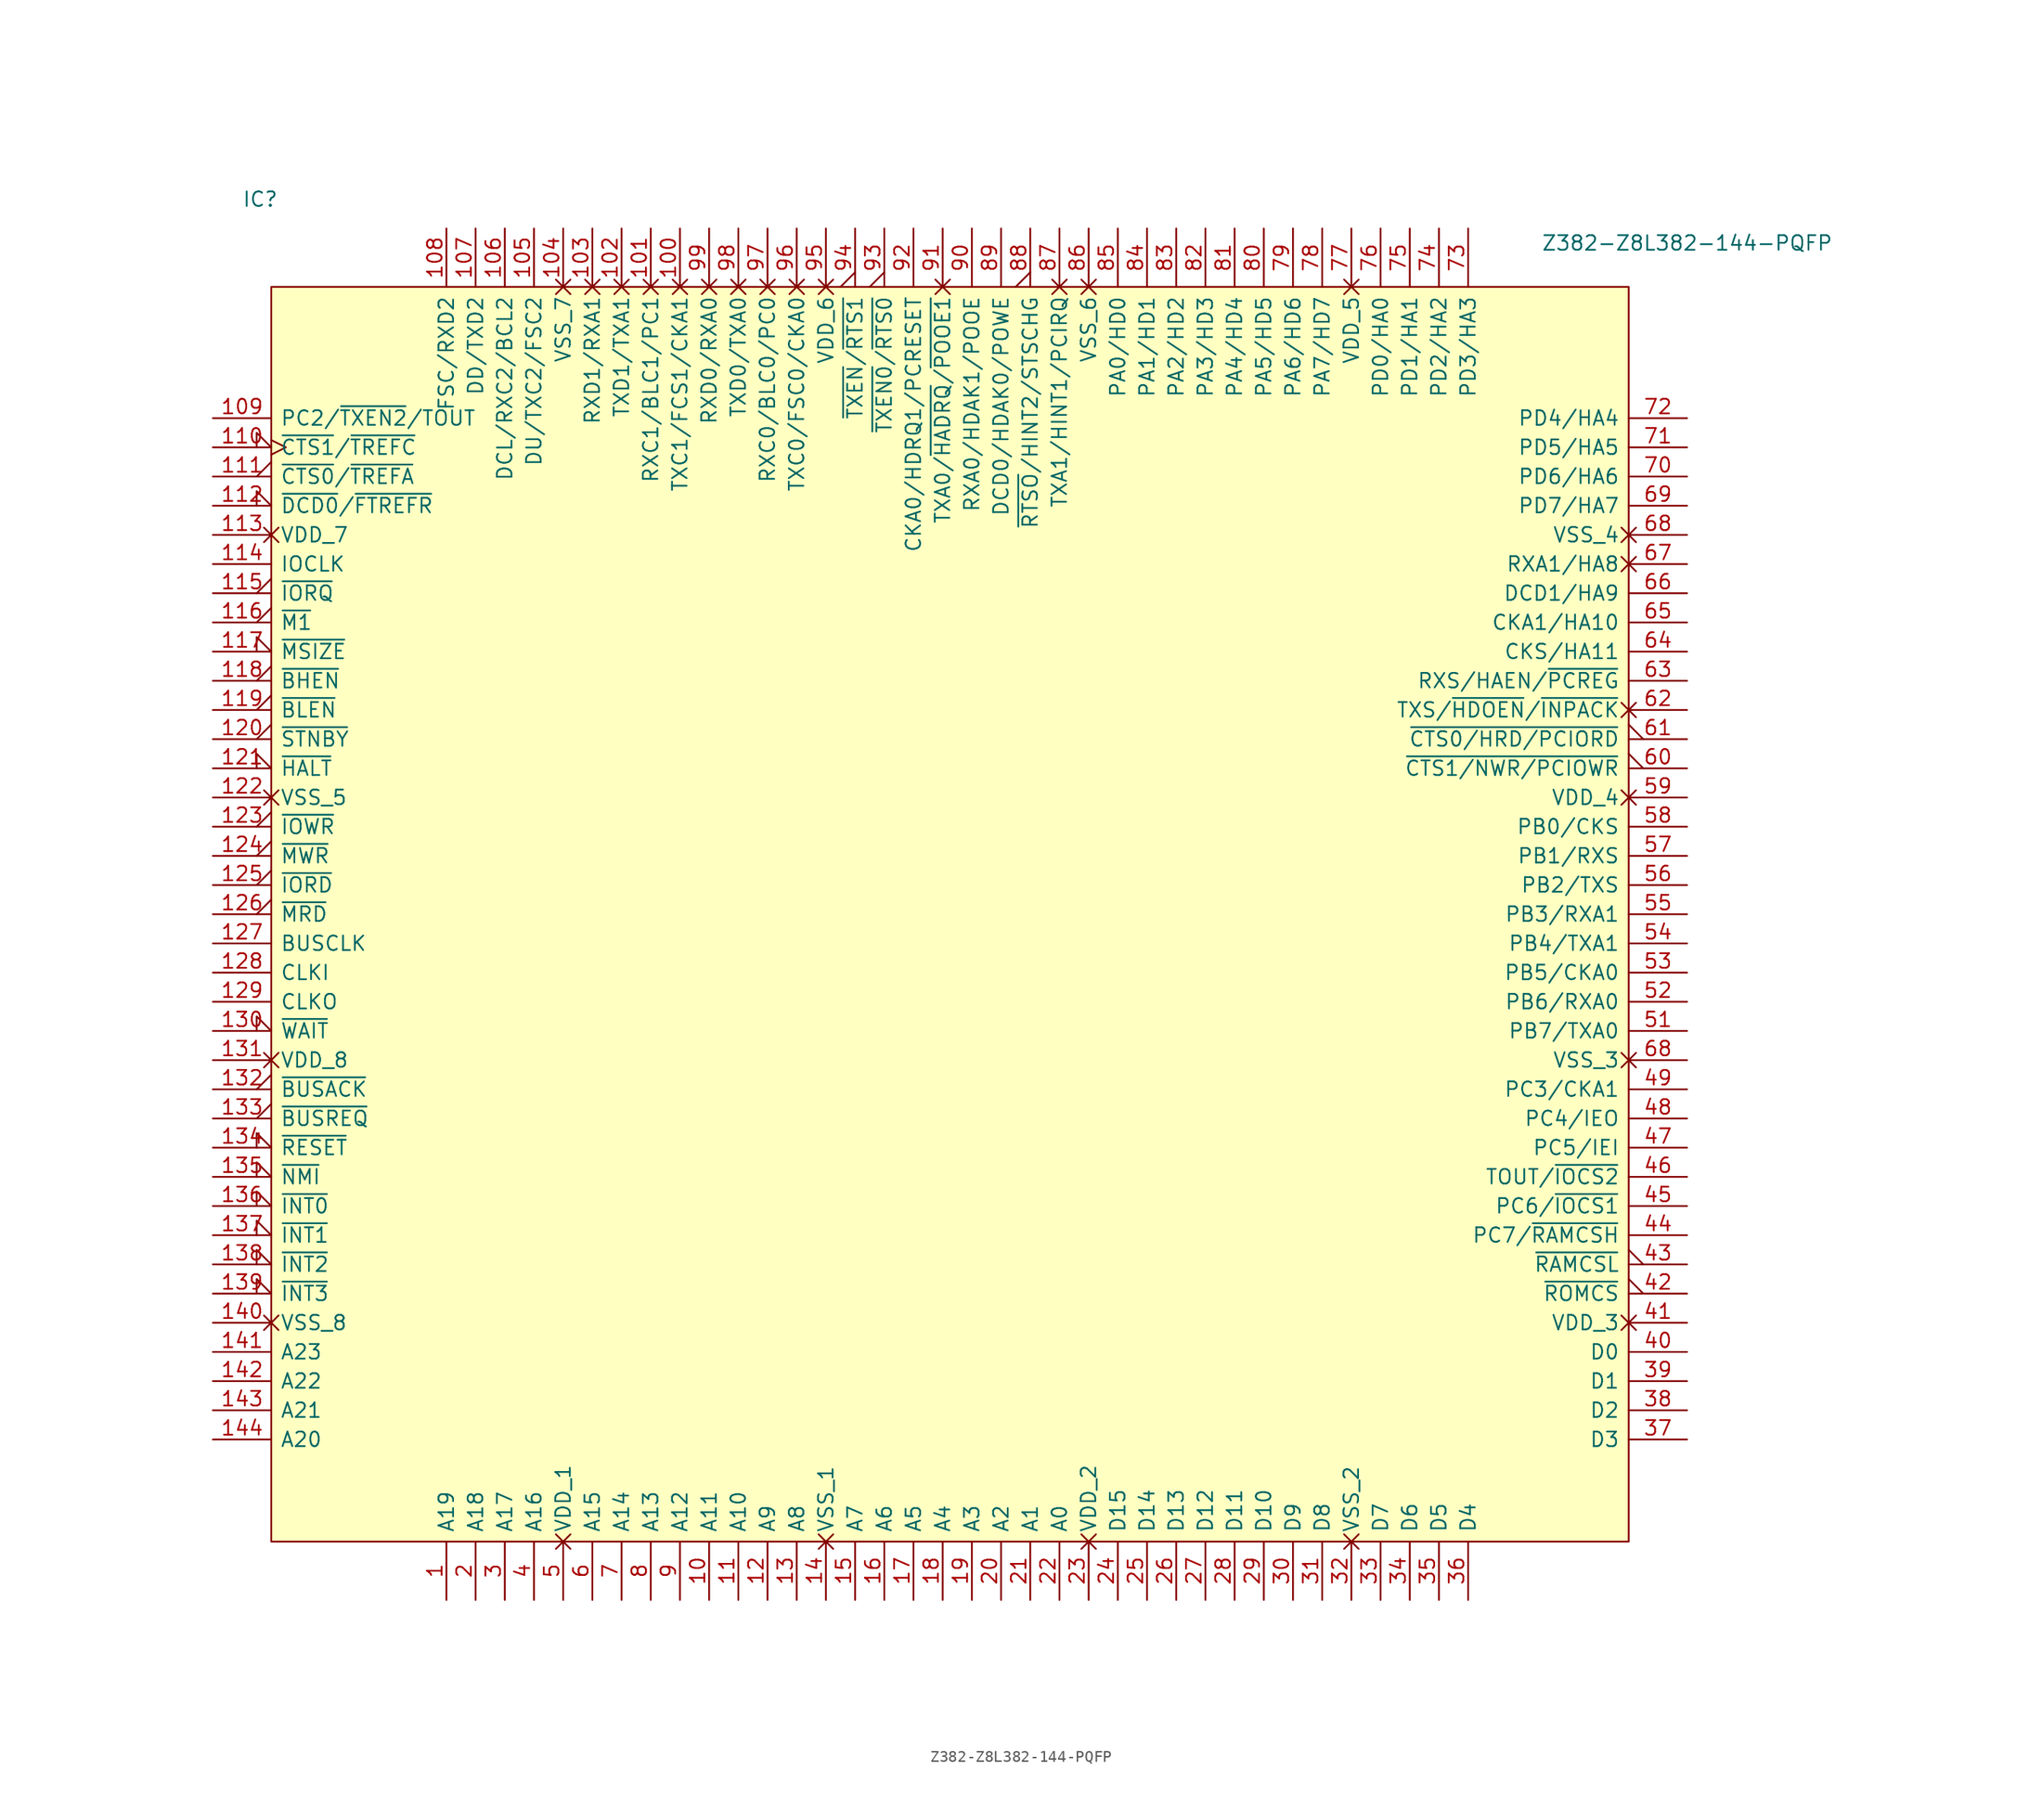
<source format=kicad_sym>
(kicad_symbol_lib
  (version 20211014)
  (generator kicad_symbol_editor)
  (symbol "Z382-Z8L382-144-PQFP"
    (pin_names
      (offset 0.762))
    (property "Reference" "IC"
      (at -2.54 7.62 0)
      (effects (font (size 1.27 1.27)) (justify left)))
    (property "Value" "Z382-Z8L382-144-PQFP"
      (at 110.49 3.81 0)
      (effects (font (size 1.27 1.27)) (justify left)))
    (symbol "Z382-Z8L382-144-PQFP_0_0"
      (pin output line (at 15.24 -114.3 90) (length 5.08) (name "A19" (effects (font (size 1.27 1.27)))) (number "1" (effects (font (size 1.27 1.27)))))
      (pin output line (at 38.1 -114.3 90) (length 5.08) (name "A11" (effects (font (size 1.27 1.27)))) (number "10" (effects (font (size 1.27 1.27)))))
      (pin bidirectional non_logic (at 35.56 5.08 270) (length 5.08) (name "TXC1/FCS1/CKA1" (effects (font (size 1.27 1.27)))) (number "100" (effects (font (size 1.27 1.27)))))
      (pin input non_logic (at 33.02 5.08 270) (length 5.08) (name "RXC1/BLC1/PC1" (effects (font (size 1.27 1.27)))) (number "101" (effects (font (size 1.27 1.27)))))
      (pin bidirectional non_logic (at 30.48 5.08 270) (length 5.08) (name "TXD1/TXA1" (effects (font (size 1.27 1.27)))) (number "102" (effects (font (size 1.27 1.27)))))
      (pin input non_logic (at 27.94 5.08 270) (length 5.08) (name "RXD1/RXA1" (effects (font (size 1.27 1.27)))) (number "103" (effects (font (size 1.27 1.27)))))
      (pin power_in non_logic (at 25.4 5.08 270) (length 5.08) (name "VSS_7" (effects (font (size 1.27 1.27)))) (number "104" (effects (font (size 1.27 1.27)))))
      (pin bidirectional line (at 22.86 5.08 270) (length 5.08) (name "DU/TXC2/FSC2" (effects (font (size 1.27 1.27)))) (number "105" (effects (font (size 1.27 1.27)))))
      (pin bidirectional line (at 20.32 5.08 270) (length 5.08) (name "DCL/RXC2/BCL2" (effects (font (size 1.27 1.27)))) (number "106" (effects (font (size 1.27 1.27)))))
      (pin output line (at 17.78 5.08 270) (length 5.08) (name "DD/TXD2" (effects (font (size 1.27 1.27)))) (number "107" (effects (font (size 1.27 1.27)))))
      (pin bidirectional line (at 15.24 5.08 270) (length 5.08) (name "FSC/RXD2" (effects (font (size 1.27 1.27)))) (number "108" (effects (font (size 1.27 1.27)))))
      (pin output line (at -5.08 -11.43 0) (length 5.08) (name "PC2/~{TXEN2}/TOUT" (effects (font (size 1.27 1.27)))) (number "109" (effects (font (size 1.27 1.27)))))
      (pin output line (at 40.64 -114.3 90) (length 5.08) (name "A10" (effects (font (size 1.27 1.27)))) (number "11" (effects (font (size 1.27 1.27)))))
      (pin tri_state clock_low (at -5.08 -13.97 0) (length 5.08) (name "~{CTS1}/~{TREFC}" (effects (font (size 1.27 1.27)))) (number "110" (effects (font (size 1.27 1.27)))))
      (pin tri_state output_low (at -5.08 -16.51 0) (length 5.08) (name "~{CTS0}/~{TREFA}" (effects (font (size 1.27 1.27)))) (number "111" (effects (font (size 1.27 1.27)))))
      (pin input input_low (at -5.08 -19.05 0) (length 5.08) (name "~{DCD0}/~{FTREFR}" (effects (font (size 1.27 1.27)))) (number "112" (effects (font (size 1.27 1.27)))))
      (pin power_in non_logic (at -5.08 -21.59 0) (length 5.08) (name "VDD_7" (effects (font (size 1.27 1.27)))) (number "113" (effects (font (size 1.27 1.27)))))
      (pin output line (at -5.08 -24.13 0) (length 5.08) (name "IOCLK" (effects (font (size 1.27 1.27)))) (number "114" (effects (font (size 1.27 1.27)))))
      (pin output output_low (at -5.08 -26.67 0) (length 5.08) (name "~{IORQ}" (effects (font (size 1.27 1.27)))) (number "115" (effects (font (size 1.27 1.27)))))
      (pin output output_low (at -5.08 -29.21 0) (length 5.08) (name "~{M1}" (effects (font (size 1.27 1.27)))) (number "116" (effects (font (size 1.27 1.27)))))
      (pin input input_low (at -5.08 -31.75 0) (length 5.08) (name "~{MSIZE}" (effects (font (size 1.27 1.27)))) (number "117" (effects (font (size 1.27 1.27)))))
      (pin output output_low (at -5.08 -34.29 0) (length 5.08) (name "~{BHEN}" (effects (font (size 1.27 1.27)))) (number "118" (effects (font (size 1.27 1.27)))))
      (pin output output_low (at -5.08 -36.83 0) (length 5.08) (name "~{BLEN}" (effects (font (size 1.27 1.27)))) (number "119" (effects (font (size 1.27 1.27)))))
      (pin output line (at 43.18 -114.3 90) (length 5.08) (name "A9" (effects (font (size 1.27 1.27)))) (number "12" (effects (font (size 1.27 1.27)))))
      (pin output output_low (at -5.08 -39.37 0) (length 5.08) (name "~{STNBY}" (effects (font (size 1.27 1.27)))) (number "120" (effects (font (size 1.27 1.27)))))
      (pin output input_low (at -5.08 -41.91 0) (length 5.08) (name "~{HALT}" (effects (font (size 1.27 1.27)))) (number "121" (effects (font (size 1.27 1.27)))))
      (pin power_in non_logic (at -5.08 -44.45 0) (length 5.08) (name "VSS_5" (effects (font (size 1.27 1.27)))) (number "122" (effects (font (size 1.27 1.27)))))
      (pin output output_low (at -5.08 -46.99 0) (length 5.08) (name "~{IOWR}" (effects (font (size 1.27 1.27)))) (number "123" (effects (font (size 1.27 1.27)))))
      (pin output output_low (at -5.08 -49.53 0) (length 5.08) (name "~{MWR}" (effects (font (size 1.27 1.27)))) (number "124" (effects (font (size 1.27 1.27)))))
      (pin output output_low (at -5.08 -52.07 0) (length 5.08) (name "~{IORD}" (effects (font (size 1.27 1.27)))) (number "125" (effects (font (size 1.27 1.27)))))
      (pin output output_low (at -5.08 -54.61 0) (length 5.08) (name "~{MRD}" (effects (font (size 1.27 1.27)))) (number "126" (effects (font (size 1.27 1.27)))))
      (pin output line (at -5.08 -57.15 0) (length 5.08) (name "BUSCLK" (effects (font (size 1.27 1.27)))) (number "127" (effects (font (size 1.27 1.27)))))
      (pin input line (at -5.08 -59.69 0) (length 5.08) (name "CLKI" (effects (font (size 1.27 1.27)))) (number "128" (effects (font (size 1.27 1.27)))))
      (pin output line (at -5.08 -62.23 0) (length 5.08) (name "CLKO" (effects (font (size 1.27 1.27)))) (number "129" (effects (font (size 1.27 1.27)))))
      (pin output line (at 45.72 -114.3 90) (length 5.08) (name "A8" (effects (font (size 1.27 1.27)))) (number "13" (effects (font (size 1.27 1.27)))))
      (pin input input_low (at -5.08 -64.77 0) (length 5.08) (name "~{WAIT}" (effects (font (size 1.27 1.27)))) (number "130" (effects (font (size 1.27 1.27)))))
      (pin power_in non_logic (at -5.08 -67.31 0) (length 5.08) (name "VDD_8" (effects (font (size 1.27 1.27)))) (number "131" (effects (font (size 1.27 1.27)))))
      (pin output output_low (at -5.08 -69.85 0) (length 5.08) (name "~{BUSACK}" (effects (font (size 1.27 1.27)))) (number "132" (effects (font (size 1.27 1.27)))))
      (pin input output_low (at -5.08 -72.39 0) (length 5.08) (name "~{BUSREQ}" (effects (font (size 1.27 1.27)))) (number "133" (effects (font (size 1.27 1.27)))))
      (pin input input_low (at -5.08 -74.93 0) (length 5.08) (name "~{RESET}" (effects (font (size 1.27 1.27)))) (number "134" (effects (font (size 1.27 1.27)))))
      (pin input input_low (at -5.08 -77.47 0) (length 5.08) (name "~{NMI}" (effects (font (size 1.27 1.27)))) (number "135" (effects (font (size 1.27 1.27)))))
      (pin input input_low (at -5.08 -80.01 0) (length 5.08) (name "~{INT0}" (effects (font (size 1.27 1.27)))) (number "136" (effects (font (size 1.27 1.27)))))
      (pin input input_low (at -5.08 -82.55 0) (length 5.08) (name "~{INT1}" (effects (font (size 1.27 1.27)))) (number "137" (effects (font (size 1.27 1.27)))))
      (pin input input_low (at -5.08 -85.09 0) (length 5.08) (name "~{INT2}" (effects (font (size 1.27 1.27)))) (number "138" (effects (font (size 1.27 1.27)))))
      (pin input input_low (at -5.08 -87.63 0) (length 5.08) (name "~{INT3}" (effects (font (size 1.27 1.27)))) (number "139" (effects (font (size 1.27 1.27)))))
      (pin power_in non_logic (at 48.26 -114.3 90) (length 5.08) (name "VSS_1" (effects (font (size 1.27 1.27)))) (number "14" (effects (font (size 1.27 1.27)))))
      (pin power_in non_logic (at -5.08 -90.17 0) (length 5.08) (name "VSS_8" (effects (font (size 1.27 1.27)))) (number "140" (effects (font (size 1.27 1.27)))))
      (pin output line (at -5.08 -92.71 0) (length 5.08) (name "A23" (effects (font (size 1.27 1.27)))) (number "141" (effects (font (size 1.27 1.27)))))
      (pin output line (at -5.08 -95.25 0) (length 5.08) (name "A22" (effects (font (size 1.27 1.27)))) (number "142" (effects (font (size 1.27 1.27)))))
      (pin output line (at -5.08 -97.79 0) (length 5.08) (name "A21" (effects (font (size 1.27 1.27)))) (number "143" (effects (font (size 1.27 1.27)))))
      (pin output line (at -5.08 -100.33 0) (length 5.08) (name "A20" (effects (font (size 1.27 1.27)))) (number "144" (effects (font (size 1.27 1.27)))))
      (pin output line (at 50.8 -114.3 90) (length 5.08) (name "A7" (effects (font (size 1.27 1.27)))) (number "15" (effects (font (size 1.27 1.27)))))
      (pin output line (at 53.34 -114.3 90) (length 5.08) (name "A6" (effects (font (size 1.27 1.27)))) (number "16" (effects (font (size 1.27 1.27)))))
      (pin output line (at 55.88 -114.3 90) (length 5.08) (name "A5" (effects (font (size 1.27 1.27)))) (number "17" (effects (font (size 1.27 1.27)))))
      (pin output line (at 58.42 -114.3 90) (length 5.08) (name "A4" (effects (font (size 1.27 1.27)))) (number "18" (effects (font (size 1.27 1.27)))))
      (pin output line (at 60.96 -114.3 90) (length 5.08) (name "A3" (effects (font (size 1.27 1.27)))) (number "19" (effects (font (size 1.27 1.27)))))
      (pin output line (at 17.78 -114.3 90) (length 5.08) (name "A18" (effects (font (size 1.27 1.27)))) (number "2" (effects (font (size 1.27 1.27)))))
      (pin output line (at 63.5 -114.3 90) (length 5.08) (name "A2" (effects (font (size 1.27 1.27)))) (number "20" (effects (font (size 1.27 1.27)))))
      (pin output line (at 66.04 -114.3 90) (length 5.08) (name "A1" (effects (font (size 1.27 1.27)))) (number "21" (effects (font (size 1.27 1.27)))))
      (pin output line (at 68.58 -114.3 90) (length 5.08) (name "A0" (effects (font (size 1.27 1.27)))) (number "22" (effects (font (size 1.27 1.27)))))
      (pin power_in non_logic (at 71.12 -114.3 90) (length 5.08) (name "VDD_2" (effects (font (size 1.27 1.27)))) (number "23" (effects (font (size 1.27 1.27)))))
      (pin tri_state line (at 73.66 -114.3 90) (length 5.08) (name "D15" (effects (font (size 1.27 1.27)))) (number "24" (effects (font (size 1.27 1.27)))))
      (pin tri_state line (at 76.2 -114.3 90) (length 5.08) (name "D14" (effects (font (size 1.27 1.27)))) (number "25" (effects (font (size 1.27 1.27)))))
      (pin tri_state line (at 78.74 -114.3 90) (length 5.08) (name "D13" (effects (font (size 1.27 1.27)))) (number "26" (effects (font (size 1.27 1.27)))))
      (pin tri_state line (at 81.28 -114.3 90) (length 5.08) (name "D12" (effects (font (size 1.27 1.27)))) (number "27" (effects (font (size 1.27 1.27)))))
      (pin tri_state line (at 83.82 -114.3 90) (length 5.08) (name "D11" (effects (font (size 1.27 1.27)))) (number "28" (effects (font (size 1.27 1.27)))))
      (pin tri_state line (at 86.36 -114.3 90) (length 5.08) (name "D10" (effects (font (size 1.27 1.27)))) (number "29" (effects (font (size 1.27 1.27)))))
      (pin output line (at 20.32 -114.3 90) (length 5.08) (name "A17" (effects (font (size 1.27 1.27)))) (number "3" (effects (font (size 1.27 1.27)))))
      (pin tri_state line (at 88.9 -114.3 90) (length 5.08) (name "D9" (effects (font (size 1.27 1.27)))) (number "30" (effects (font (size 1.27 1.27)))))
      (pin tri_state line (at 91.44 -114.3 90) (length 5.08) (name "D8" (effects (font (size 1.27 1.27)))) (number "31" (effects (font (size 1.27 1.27)))))
      (pin power_in non_logic (at 93.98 -114.3 90) (length 5.08) (name "VSS_2" (effects (font (size 1.27 1.27)))) (number "32" (effects (font (size 1.27 1.27)))))
      (pin tri_state line (at 96.52 -114.3 90) (length 5.08) (name "D7" (effects (font (size 1.27 1.27)))) (number "33" (effects (font (size 1.27 1.27)))))
      (pin tri_state line (at 99.06 -114.3 90) (length 5.08) (name "D6" (effects (font (size 1.27 1.27)))) (number "34" (effects (font (size 1.27 1.27)))))
      (pin tri_state line (at 101.6 -114.3 90) (length 5.08) (name "D5" (effects (font (size 1.27 1.27)))) (number "35" (effects (font (size 1.27 1.27)))))
      (pin tri_state line (at 104.14 -114.3 90) (length 5.08) (name "D4" (effects (font (size 1.27 1.27)))) (number "36" (effects (font (size 1.27 1.27)))))
      (pin tri_state line (at 123.19 -100.33 180) (length 5.08) (name "D3" (effects (font (size 1.27 1.27)))) (number "37" (effects (font (size 1.27 1.27)))))
      (pin tri_state line (at 123.19 -97.79 180) (length 5.08) (name "D2" (effects (font (size 1.27 1.27)))) (number "38" (effects (font (size 1.27 1.27)))))
      (pin tri_state line (at 123.19 -95.25 180) (length 5.08) (name "D1" (effects (font (size 1.27 1.27)))) (number "39" (effects (font (size 1.27 1.27)))))
      (pin output line (at 22.86 -114.3 90) (length 5.08) (name "A16" (effects (font (size 1.27 1.27)))) (number "4" (effects (font (size 1.27 1.27)))))
      (pin tri_state line (at 123.19 -92.71 180) (length 5.08) (name "D0" (effects (font (size 1.27 1.27)))) (number "40" (effects (font (size 1.27 1.27)))))
      (pin power_in non_logic (at 123.19 -90.17 180) (length 5.08) (name "VDD_3" (effects (font (size 1.27 1.27)))) (number "41" (effects (font (size 1.27 1.27)))))
      (pin output output_low (at 123.19 -87.63 180) (length 5.08) (name "~{ROMCS}" (effects (font (size 1.27 1.27)))) (number "42" (effects (font (size 1.27 1.27)))))
      (pin output output_low (at 123.19 -85.09 180) (length 5.08) (name "~{RAMCSL}" (effects (font (size 1.27 1.27)))) (number "43" (effects (font (size 1.27 1.27)))))
      (pin output line (at 123.19 -82.55 180) (length 5.08) (name "PC7/~{RAMCSH}" (effects (font (size 1.27 1.27)))) (number "44" (effects (font (size 1.27 1.27)))))
      (pin output line (at 123.19 -80.01 180) (length 5.08) (name "PC6/~{IOCS1}" (effects (font (size 1.27 1.27)))) (number "45" (effects (font (size 1.27 1.27)))))
      (pin output line (at 123.19 -77.47 180) (length 5.08) (name "TOUT/~{IOCS2}" (effects (font (size 1.27 1.27)))) (number "46" (effects (font (size 1.27 1.27)))))
      (pin bidirectional line (at 123.19 -74.93 180) (length 5.08) (name "PC5/IEI" (effects (font (size 1.27 1.27)))) (number "47" (effects (font (size 1.27 1.27)))))
      (pin bidirectional line (at 123.19 -72.39 180) (length 5.08) (name "PC4/IEO" (effects (font (size 1.27 1.27)))) (number "48" (effects (font (size 1.27 1.27)))))
      (pin bidirectional line (at 123.19 -69.85 180) (length 5.08) (name "PC3/CKA1" (effects (font (size 1.27 1.27)))) (number "49" (effects (font (size 1.27 1.27)))))
      (pin power_in non_logic (at 25.4 -114.3 90) (length 5.08) (name "VDD_1" (effects (font (size 1.27 1.27)))) (number "5" (effects (font (size 1.27 1.27)))))
      (pin bidirectional line (at 123.19 -64.77 180) (length 5.08) (name "PB7/TXA0" (effects (font (size 1.27 1.27)))) (number "51" (effects (font (size 1.27 1.27)))))
      (pin bidirectional line (at 123.19 -62.23 180) (length 5.08) (name "PB6/RXA0" (effects (font (size 1.27 1.27)))) (number "52" (effects (font (size 1.27 1.27)))))
      (pin bidirectional line (at 123.19 -59.69 180) (length 5.08) (name "PB5/CKA0" (effects (font (size 1.27 1.27)))) (number "53" (effects (font (size 1.27 1.27)))))
      (pin bidirectional line (at 123.19 -57.15 180) (length 5.08) (name "PB4/TXA1" (effects (font (size 1.27 1.27)))) (number "54" (effects (font (size 1.27 1.27)))))
      (pin bidirectional line (at 123.19 -54.61 180) (length 5.08) (name "PB3/RXA1" (effects (font (size 1.27 1.27)))) (number "55" (effects (font (size 1.27 1.27)))))
      (pin bidirectional line (at 123.19 -52.07 180) (length 5.08) (name "PB2/TXS" (effects (font (size 1.27 1.27)))) (number "56" (effects (font (size 1.27 1.27)))))
      (pin bidirectional line (at 123.19 -49.53 180) (length 5.08) (name "PB1/RXS" (effects (font (size 1.27 1.27)))) (number "57" (effects (font (size 1.27 1.27)))))
      (pin bidirectional line (at 123.19 -46.99 180) (length 5.08) (name "PB0/CKS" (effects (font (size 1.27 1.27)))) (number "58" (effects (font (size 1.27 1.27)))))
      (pin power_in non_logic (at 123.19 -44.45 180) (length 5.08) (name "VDD_4" (effects (font (size 1.27 1.27)))) (number "59" (effects (font (size 1.27 1.27)))))
      (pin output line (at 27.94 -114.3 90) (length 5.08) (name "A15" (effects (font (size 1.27 1.27)))) (number "6" (effects (font (size 1.27 1.27)))))
      (pin input output_low (at 123.19 -41.91 180) (length 5.08) (name "~{CTS1/NWR/PCIOWR}" (effects (font (size 1.27 1.27)))) (number "60" (effects (font (size 1.27 1.27)))))
      (pin input output_low (at 123.19 -39.37 180) (length 5.08) (name "~{CTS0/HRD/PCIORD}" (effects (font (size 1.27 1.27)))) (number "61" (effects (font (size 1.27 1.27)))))
      (pin output non_logic (at 123.19 -36.83 180) (length 5.08) (name "TXS/~{HDOEN}/~{INPACK}" (effects (font (size 1.27 1.27)))) (number "62" (effects (font (size 1.27 1.27)))))
      (pin input line (at 123.19 -34.29 180) (length 5.08) (name "RXS/HAEN/~{PCREG}" (effects (font (size 1.27 1.27)))) (number "63" (effects (font (size 1.27 1.27)))))
      (pin input line (at 123.19 -31.75 180) (length 5.08) (name "CKS/HA11" (effects (font (size 1.27 1.27)))) (number "64" (effects (font (size 1.27 1.27)))))
      (pin input line (at 123.19 -29.21 180) (length 5.08) (name "CKA1/HA10" (effects (font (size 1.27 1.27)))) (number "65" (effects (font (size 1.27 1.27)))))
      (pin input line (at 123.19 -26.67 180) (length 5.08) (name "DCD1/HA9" (effects (font (size 1.27 1.27)))) (number "66" (effects (font (size 1.27 1.27)))))
      (pin input non_logic (at 123.19 -24.13 180) (length 5.08) (name "RXA1/HA8" (effects (font (size 1.27 1.27)))) (number "67" (effects (font (size 1.27 1.27)))))
      (pin power_in non_logic (at 123.19 -67.31 180) (length 5.08) (name "VSS_3" (effects (font (size 1.27 1.27)))) (number "68" (effects (font (size 1.27 1.27)))))
      (pin power_in non_logic (at 123.19 -21.59 180) (length 5.08) (name "VSS_4" (effects (font (size 1.27 1.27)))) (number "68" (effects (font (size 1.27 1.27)))))
      (pin bidirectional line (at 123.19 -19.05 180) (length 5.08) (name "PD7/HA7" (effects (font (size 1.27 1.27)))) (number "69" (effects (font (size 1.27 1.27)))))
      (pin output line (at 30.48 -114.3 90) (length 5.08) (name "A14" (effects (font (size 1.27 1.27)))) (number "7" (effects (font (size 1.27 1.27)))))
      (pin bidirectional line (at 123.19 -16.51 180) (length 5.08) (name "PD6/HA6" (effects (font (size 1.27 1.27)))) (number "70" (effects (font (size 1.27 1.27)))))
      (pin bidirectional line (at 123.19 -13.97 180) (length 5.08) (name "PD5/HA5" (effects (font (size 1.27 1.27)))) (number "71" (effects (font (size 1.27 1.27)))))
      (pin bidirectional line (at 123.19 -11.43 180) (length 5.08) (name "PD4/HA4" (effects (font (size 1.27 1.27)))) (number "72" (effects (font (size 1.27 1.27)))))
      (pin bidirectional line (at 104.14 5.08 270) (length 5.08) (name "PD3/HA3" (effects (font (size 1.27 1.27)))) (number "73" (effects (font (size 1.27 1.27)))))
      (pin bidirectional line (at 101.6 5.08 270) (length 5.08) (name "PD2/HA2" (effects (font (size 1.27 1.27)))) (number "74" (effects (font (size 1.27 1.27)))))
      (pin bidirectional line (at 99.06 5.08 270) (length 5.08) (name "PD1/HA1" (effects (font (size 1.27 1.27)))) (number "75" (effects (font (size 1.27 1.27)))))
      (pin bidirectional line (at 96.52 5.08 270) (length 5.08) (name "PD0/HA0" (effects (font (size 1.27 1.27)))) (number "76" (effects (font (size 1.27 1.27)))))
      (pin power_in non_logic (at 93.98 5.08 270) (length 5.08) (name "VDD_5" (effects (font (size 1.27 1.27)))) (number "77" (effects (font (size 1.27 1.27)))))
      (pin bidirectional line (at 91.44 5.08 270) (length 5.08) (name "PA7/HD7" (effects (font (size 1.27 1.27)))) (number "78" (effects (font (size 1.27 1.27)))))
      (pin bidirectional line (at 88.9 5.08 270) (length 5.08) (name "PA6/HD6" (effects (font (size 1.27 1.27)))) (number "79" (effects (font (size 1.27 1.27)))))
      (pin output line (at 33.02 -114.3 90) (length 5.08) (name "A13" (effects (font (size 1.27 1.27)))) (number "8" (effects (font (size 1.27 1.27)))))
      (pin bidirectional line (at 86.36 5.08 270) (length 5.08) (name "PA5/HD5" (effects (font (size 1.27 1.27)))) (number "80" (effects (font (size 1.27 1.27)))))
      (pin bidirectional line (at 83.82 5.08 270) (length 5.08) (name "PA4/HD4" (effects (font (size 1.27 1.27)))) (number "81" (effects (font (size 1.27 1.27)))))
      (pin bidirectional line (at 81.28 5.08 270) (length 5.08) (name "PA3/HD3" (effects (font (size 1.27 1.27)))) (number "82" (effects (font (size 1.27 1.27)))))
      (pin bidirectional line (at 78.74 5.08 270) (length 5.08) (name "PA2/HD2" (effects (font (size 1.27 1.27)))) (number "83" (effects (font (size 1.27 1.27)))))
      (pin bidirectional line (at 76.2 5.08 270) (length 5.08) (name "PA1/HD1" (effects (font (size 1.27 1.27)))) (number "84" (effects (font (size 1.27 1.27)))))
      (pin bidirectional line (at 73.66 5.08 270) (length 5.08) (name "PA0/HD0" (effects (font (size 1.27 1.27)))) (number "85" (effects (font (size 1.27 1.27)))))
      (pin power_in non_logic (at 71.12 5.08 270) (length 5.08) (name "VSS_6" (effects (font (size 1.27 1.27)))) (number "86" (effects (font (size 1.27 1.27)))))
      (pin output non_logic (at 68.58 5.08 270) (length 5.08) (name "TXA1/HINT1/PCIRQ" (effects (font (size 1.27 1.27)))) (number "87" (effects (font (size 1.27 1.27)))))
      (pin output output_low (at 66.04 5.08 270) (length 5.08) (name "~{RTSO}/HINT2/STSCHG" (effects (font (size 1.27 1.27)))) (number "88" (effects (font (size 1.27 1.27)))))
      (pin input line (at 63.5 5.08 270) (length 5.08) (name "DCD0/HDAK0/POWE" (effects (font (size 1.27 1.27)))) (number "89" (effects (font (size 1.27 1.27)))))
      (pin output line (at 35.56 -114.3 90) (length 5.08) (name "A12" (effects (font (size 1.27 1.27)))) (number "9" (effects (font (size 1.27 1.27)))))
      (pin input line (at 60.96 5.08 270) (length 5.08) (name "RXA0/HDAK1/POOE" (effects (font (size 1.27 1.27)))) (number "90" (effects (font (size 1.27 1.27)))))
      (pin output non_logic (at 58.42 5.08 270) (length 5.08) (name "TXA0/~{HADRQ}/~{POOE1}" (effects (font (size 1.27 1.27)))) (number "91" (effects (font (size 1.27 1.27)))))
      (pin output line (at 55.88 5.08 270) (length 5.08) (name "CKA0/HDRQ1/PCRESET" (effects (font (size 1.27 1.27)))) (number "92" (effects (font (size 1.27 1.27)))))
      (pin output output_low (at 53.34 5.08 270) (length 5.08) (name "~{TXEN0}/~{RTS0}" (effects (font (size 1.27 1.27)))) (number "93" (effects (font (size 1.27 1.27)))))
      (pin output output_low (at 50.8 5.08 270) (length 5.08) (name "~{TXEN}/~{RTS1}" (effects (font (size 1.27 1.27)))) (number "94" (effects (font (size 1.27 1.27)))))
      (pin power_in non_logic (at 48.26 5.08 270) (length 5.08) (name "VDD_6" (effects (font (size 1.27 1.27)))) (number "95" (effects (font (size 1.27 1.27)))))
      (pin bidirectional non_logic (at 45.72 5.08 270) (length 5.08) (name "TXC0/FSC0/CKA0" (effects (font (size 1.27 1.27)))) (number "96" (effects (font (size 1.27 1.27)))))
      (pin input non_logic (at 43.18 5.08 270) (length 5.08) (name "RXC0/BLC0/PC0" (effects (font (size 1.27 1.27)))) (number "97" (effects (font (size 1.27 1.27)))))
      (pin output non_logic (at 40.64 5.08 270) (length 5.08) (name "TXD0/TXA0" (effects (font (size 1.27 1.27)))) (number "98" (effects (font (size 1.27 1.27)))))
      (pin input non_logic (at 38.1 5.08 270) (length 5.08) (name "RXD0/RXA0" (effects (font (size 1.27 1.27)))) (number "99" (effects (font (size 1.27 1.27))))))
    (symbol "Z382-Z8L382-144-PQFP_0_1"
      (rectangle (start 118.11 -109.22) (end 0 0) (stroke (width 0) (type solid)) (fill (type background))))))
</source>
